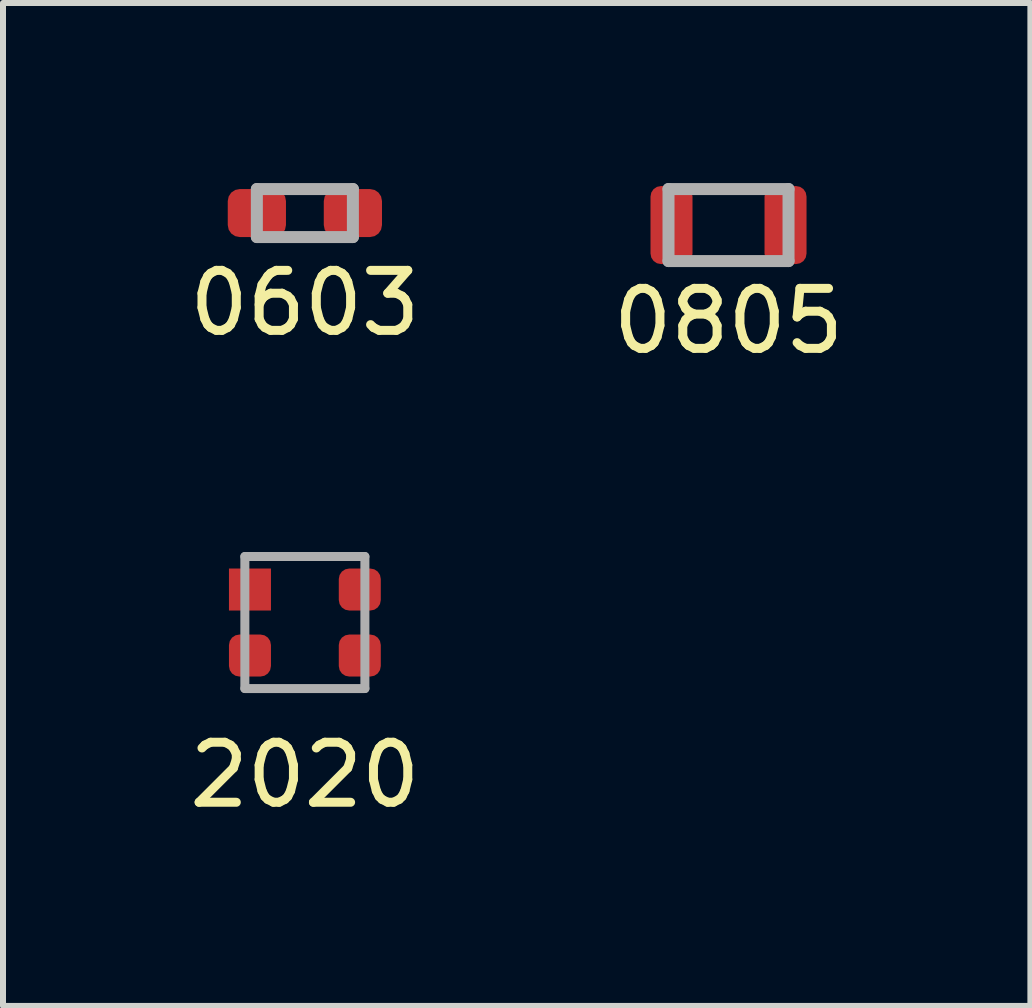
<source format=kicad_pcb>
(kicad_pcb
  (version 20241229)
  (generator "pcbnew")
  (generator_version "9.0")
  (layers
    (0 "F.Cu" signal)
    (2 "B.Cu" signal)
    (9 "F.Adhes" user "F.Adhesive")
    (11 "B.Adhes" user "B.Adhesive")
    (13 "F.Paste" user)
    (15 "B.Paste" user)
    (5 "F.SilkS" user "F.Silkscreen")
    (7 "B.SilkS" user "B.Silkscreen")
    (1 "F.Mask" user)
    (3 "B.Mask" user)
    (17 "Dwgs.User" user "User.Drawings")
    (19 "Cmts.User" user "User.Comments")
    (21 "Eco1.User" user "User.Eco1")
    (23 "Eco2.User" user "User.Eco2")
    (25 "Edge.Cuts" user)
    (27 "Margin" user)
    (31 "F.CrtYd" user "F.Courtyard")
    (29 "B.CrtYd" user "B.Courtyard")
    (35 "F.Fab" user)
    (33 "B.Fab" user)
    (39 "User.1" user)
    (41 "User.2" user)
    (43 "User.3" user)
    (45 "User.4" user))
  (footprint "0603"
    (layer "F.Cu")
    (at 2.03 0.5)
    (property "Reference" "0603" (at 0 1.5 0) (layer "F.SilkS") (effects (font (size 1 1) (thickness 0.15))))
    (attr through_hole)
    (fp_line (start -0.8 -0.4) (end 0.8 -0.4) (stroke (width 0.2) (type solid)) (layer "F.Fab"))
    (fp_line (start -0.8 0.4) (end -0.8 -0.4) (stroke (width 0.2) (type solid)) (layer "F.Fab"))
    (fp_line (start -0.8 0.4) (end 0.8 0.4) (stroke (width 0.2) (type solid)) (layer "F.Fab"))
    (fp_line (start 0.8 0.4) (end 0.8 -0.4) (stroke (width 0.2) (type solid)) (layer "F.Fab"))
    (pad "1" smd roundrect (at -0.8 0) (size 0.97 0.8) (layers "F.Cu" "F.Mask" "F.Paste") (roundrect_rratio 0.25))
    (pad "2" smd roundrect (at 0.8 0) (size 0.97 0.8) (layers "F.Cu" "F.Mask" "F.Paste") (roundrect_rratio 0.25)))
  (footprint "2020"
    (layer "F.Cu")
    (at 2.03 7.323)
    (property "Reference" "2020" (at 0 2.54 0) (layer "F.SilkS") (effects (font (size 1 1) (thickness 0.15))))
    (attr smd)
    (fp_line (start -1 -1.1) (end -1 1.1) (stroke (width 0.15) (type solid)) (layer "F.Fab"))
    (fp_line (start -1 -1.1) (end 1 -1.1) (stroke (width 0.15) (type solid)) (layer "F.Fab"))
    (fp_line (start -1 1.1) (end 1 1.1) (stroke (width 0.15) (type solid)) (layer "F.Fab"))
    (fp_line (start 1 -1.1) (end 1 1.1) (stroke (width 0.15) (type solid)) (layer "F.Fab"))
    (pad "1" smd rect (at -0.915 -0.55 180) (size 0.7 0.7) (layers "F.Cu" "F.Mask" "F.Paste"))
    (pad "2" smd roundrect (at -0.915 0.55 180) (size 0.7 0.7) (layers "F.Cu" "F.Mask" "F.Paste") (roundrect_rratio 0.25))
    (pad "3" smd roundrect (at 0.915 0.55 180) (size 0.7 0.7) (layers "F.Cu" "F.Mask" "F.Paste") (roundrect_rratio 0.25))
    (pad "4" smd roundrect (at 0.915 -0.55 180) (size 0.7 0.7) (layers "F.Cu" "F.Mask" "F.Paste") (roundrect_rratio 0.25)))
  (footprint "0805"
    (layer "F.Cu")
    (at 9.089 0.7)
    (property "Reference" "0805" (at 0 1.6 0) (layer "F.SilkS") (effects (font (size 1 1) (thickness 0.15))))
    (attr through_hole)
    (fp_line (start -1 -0.6) (end -1 0.6) (stroke (width 0.2) (type solid)) (layer "F.Fab"))
    (fp_line (start -1 -0.6) (end 1 -0.6) (stroke (width 0.2) (type solid)) (layer "F.Fab"))
    (fp_line (start -1 0.6) (end 1 0.6) (stroke (width 0.2) (type solid)) (layer "F.Fab"))
    (fp_line (start 1 -0.6) (end 1 0.6) (stroke (width 0.2) (type solid)) (layer "F.Fab"))
    (pad "1" smd roundrect (at -0.95 0) (size 0.7 1.3) (layers "F.Cu" "F.Mask" "F.Paste") (roundrect_rratio 0.25))
    (pad "2" smd roundrect (at 0.95 0) (size 0.7 1.3) (layers "F.Cu" "F.Mask" "F.Paste") (roundrect_rratio 0.25)))
  (gr_rect
    (start -3 -3)
    (end 14.119 13.711)
    (stroke (width 0.1) (type default))
    (fill no)
    (layer "Edge.Cuts")))
</source>
